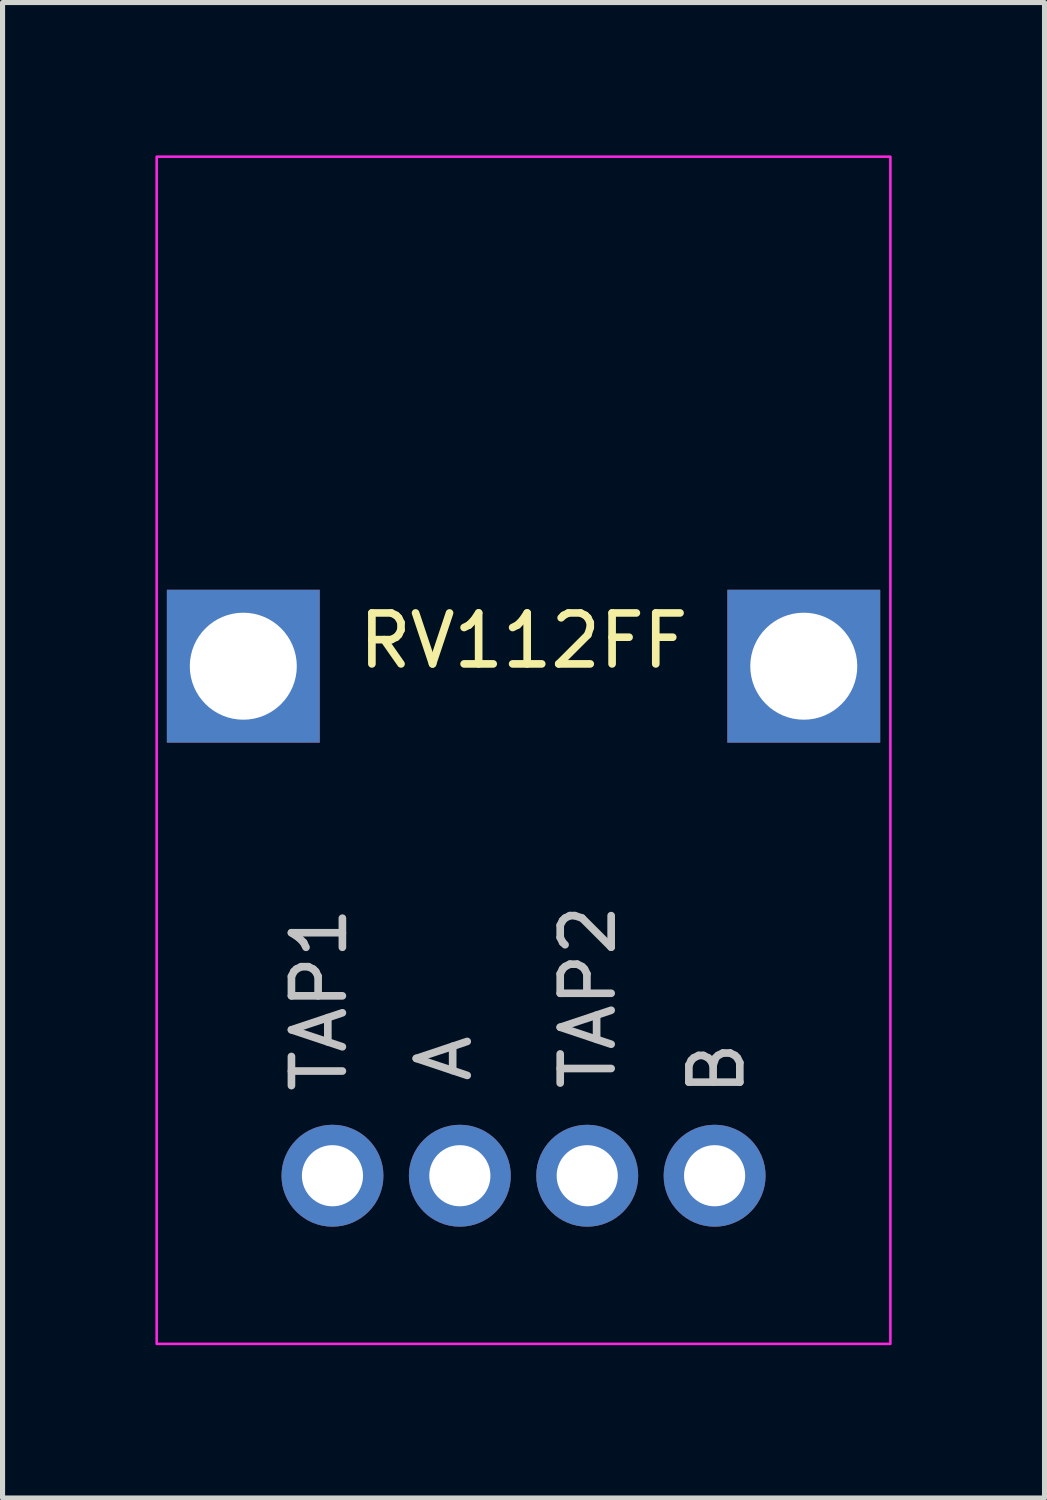
<source format=kicad_pcb>
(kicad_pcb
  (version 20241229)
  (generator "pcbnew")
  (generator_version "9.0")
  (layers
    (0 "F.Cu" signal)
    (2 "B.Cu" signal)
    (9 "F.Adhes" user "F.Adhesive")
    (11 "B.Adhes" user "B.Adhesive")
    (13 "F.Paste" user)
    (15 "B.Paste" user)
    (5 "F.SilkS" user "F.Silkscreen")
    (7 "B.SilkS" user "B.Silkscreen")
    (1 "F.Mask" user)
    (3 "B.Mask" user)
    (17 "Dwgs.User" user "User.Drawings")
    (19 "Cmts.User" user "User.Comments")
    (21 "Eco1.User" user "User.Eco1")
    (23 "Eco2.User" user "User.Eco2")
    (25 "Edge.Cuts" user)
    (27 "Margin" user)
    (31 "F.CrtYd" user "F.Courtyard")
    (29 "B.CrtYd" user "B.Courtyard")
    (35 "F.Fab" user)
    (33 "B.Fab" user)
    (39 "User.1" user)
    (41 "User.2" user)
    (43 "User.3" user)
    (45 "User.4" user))
  (footprint "RV112FF"
    (layer "F.Cu")
    (at 7.225 10.025)
    (property "Reference" "RV112FF" (at 0 -0.5 0) (unlocked yes) (layer "F.SilkS") (effects (font (size 1 1) (thickness 0.15))))
    (attr through_hole)
    (fp_rect (start -7.2 -10) (end 7.2 13.3) (stroke (width 0.05) (type default)) (fill no) (layer "F.CrtYd"))
    (fp_text user "TAP2" (at 1.85 8.375 90) (unlocked yes) (layer "Dwgs.User") (effects (font (size 1 1) (thickness 0.15)) (justify left bottom)))
    (fp_text user "TAP1" (at -3.425 8.425 90) (unlocked yes) (layer "Dwgs.User") (effects (font (size 1 1) (thickness 0.15)) (justify left bottom)))
    (fp_text user "B" (at 4.375 8.5 90) (unlocked yes) (layer "Dwgs.User") (effects (font (size 1 1) (thickness 0.15)) (justify left bottom)))
    (fp_text user "A" (at -0.975 8.225 90) (unlocked yes) (layer "Dwgs.User") (effects (font (size 1 1) (thickness 0.15)) (justify left bottom)))
    (pad "1" thru_hole circle (at -3.75 10) (size 2 2) (drill 1.2) (layers "*.Cu" "*.Mask"))
    (pad "2" thru_hole circle (at -1.25 10) (size 2 2) (drill 1.2) (layers "*.Cu" "*.Mask"))
    (pad "3" thru_hole circle (at 1.25 10) (size 2 2) (drill 1.2) (layers "*.Cu" "*.Mask"))
    (pad "4" thru_hole circle (at 3.75 10) (size 2 2) (drill 1.2) (layers "*.Cu" "*.Mask"))
    (pad "5" thru_hole rect (at -5.5 0) (size 3 3) (drill 2.1) (layers "*.Cu" "*.Mask"))
    (pad "6" thru_hole rect (at 5.5 0) (size 3 3) (drill 2.1) (layers "*.Cu" "*.Mask")))
  (gr_rect
    (start -3 -3)
    (end 17.45 26.35)
    (stroke (width 0.1) (type default))
    (fill no)
    (layer "Edge.Cuts")))
</source>
